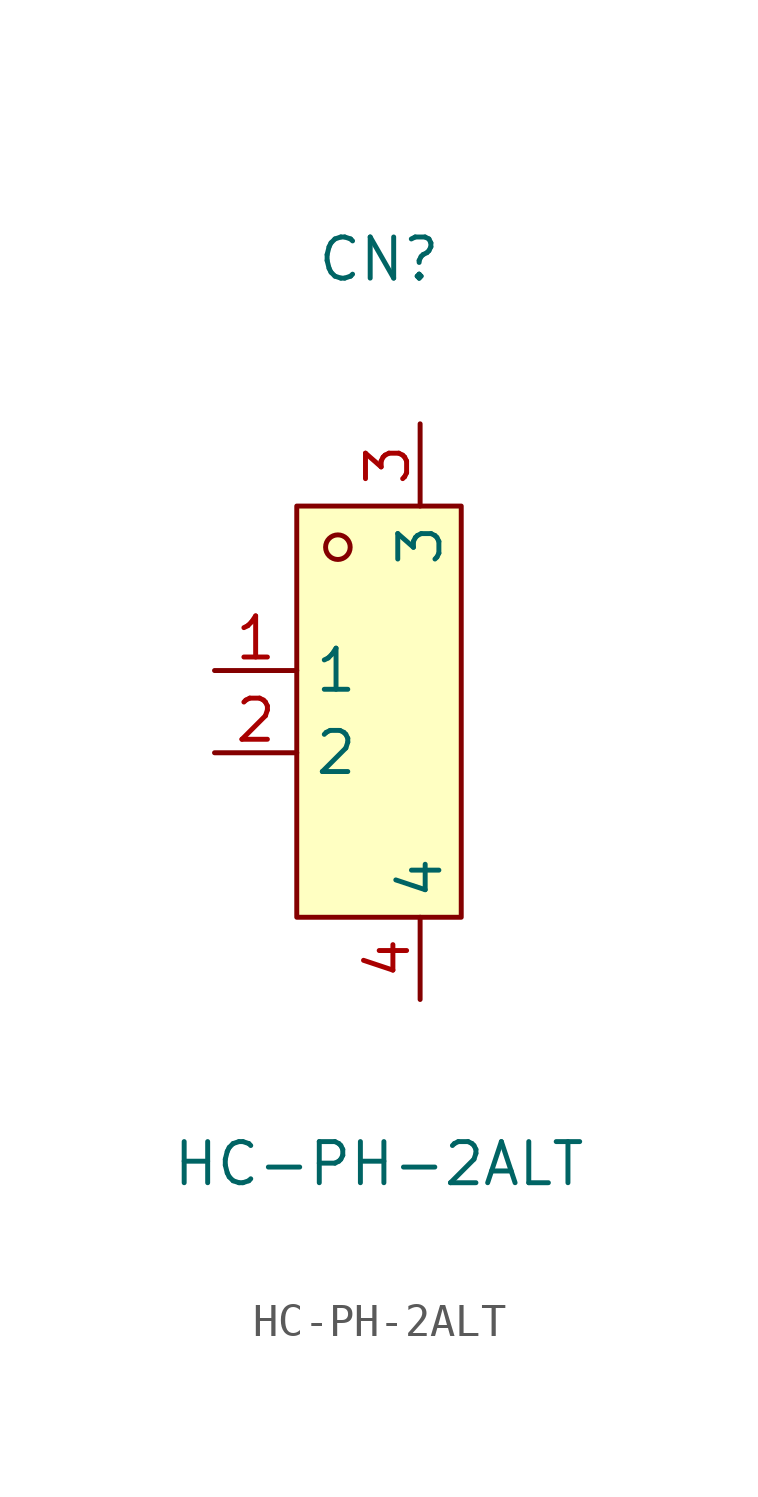
<source format=kicad_sym>
(kicad_symbol_lib
  (version 20211014)
  (generator https://github.com/uPesy/easyeda2kicad.py)
  (symbol "HC-PH-2ALT"
    (property "Reference" "CN"
      (at 0 13.97 0)
      (effects (font (size 1.27 1.27))))
    (property "Value" "HC-PH-2ALT"
      (at 0 -13.97 0)
      (effects (font (size 1.27 1.27))))
    (symbol "HC-PH-2ALT_0_1"
      (rectangle (start -2.54 6.35) (end 2.54 -6.35) (stroke (width 0) (type default) (color 0 0 0 0)) (fill (type background)))
      (circle (center -1.27 5.08) (radius 0.38) (stroke (width 0) (type default) (color 0 0 0 0)) (fill (type none)))
      (pin unspecified line (at -5.08 1.27 0) (length 2.54) (name "1" (effects (font (size 1.27 1.27)))) (number "1" (effects (font (size 1.27 1.27)))))
      (pin unspecified line (at -5.08 -1.27 0) (length 2.54) (name "2" (effects (font (size 1.27 1.27)))) (number "2" (effects (font (size 1.27 1.27)))))
      (pin unspecified line (at 1.27 8.89 270) (length 2.54) (name "3" (effects (font (size 1.27 1.27)))) (number "3" (effects (font (size 1.27 1.27)))))
      (pin unspecified line (at 1.27 -8.89 90) (length 2.54) (name "4" (effects (font (size 1.27 1.27)))) (number "4" (effects (font (size 1.27 1.27))))))))
</source>
